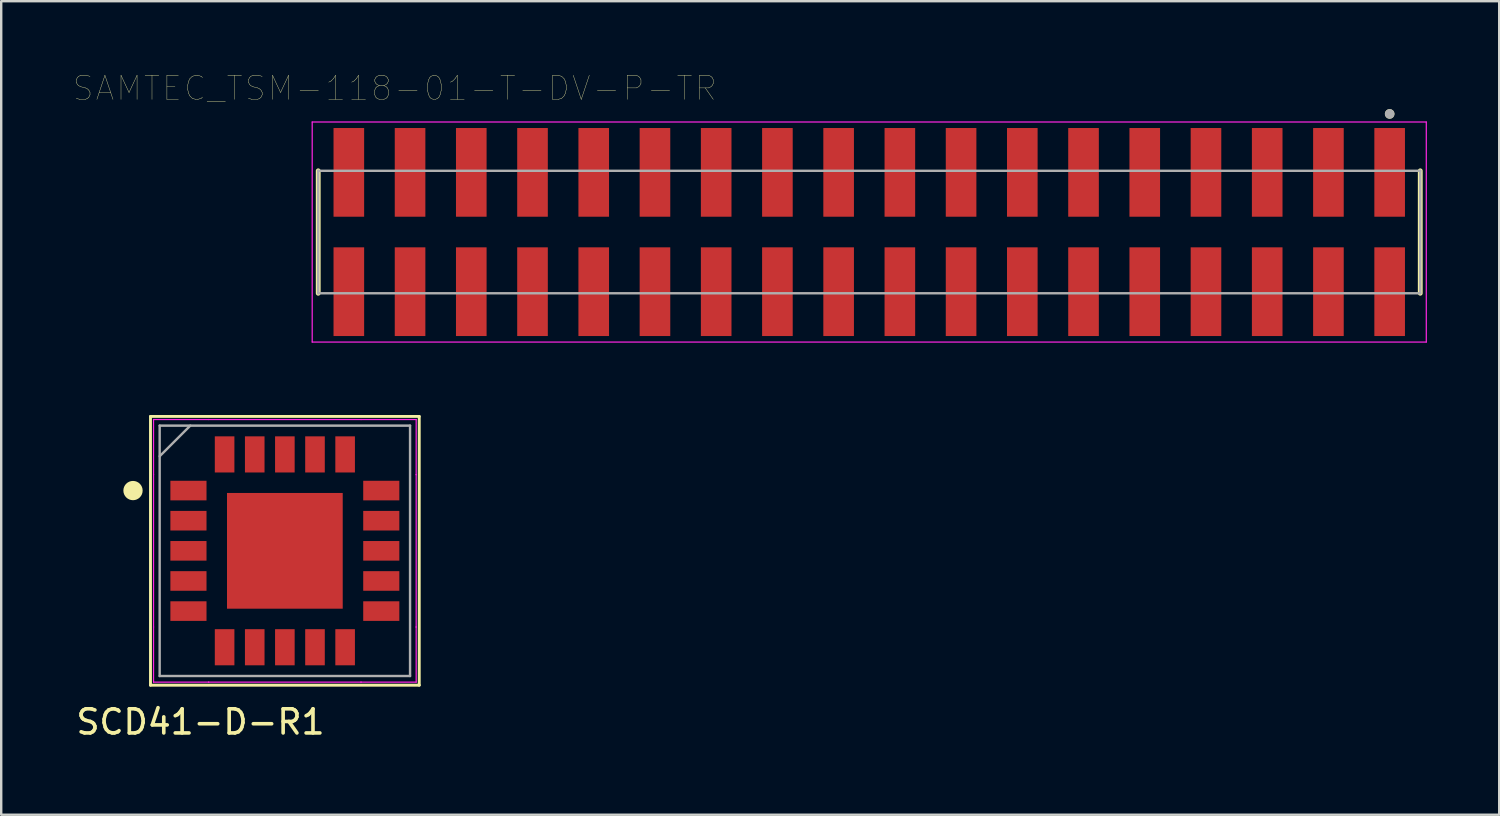
<source format=kicad_pcb>
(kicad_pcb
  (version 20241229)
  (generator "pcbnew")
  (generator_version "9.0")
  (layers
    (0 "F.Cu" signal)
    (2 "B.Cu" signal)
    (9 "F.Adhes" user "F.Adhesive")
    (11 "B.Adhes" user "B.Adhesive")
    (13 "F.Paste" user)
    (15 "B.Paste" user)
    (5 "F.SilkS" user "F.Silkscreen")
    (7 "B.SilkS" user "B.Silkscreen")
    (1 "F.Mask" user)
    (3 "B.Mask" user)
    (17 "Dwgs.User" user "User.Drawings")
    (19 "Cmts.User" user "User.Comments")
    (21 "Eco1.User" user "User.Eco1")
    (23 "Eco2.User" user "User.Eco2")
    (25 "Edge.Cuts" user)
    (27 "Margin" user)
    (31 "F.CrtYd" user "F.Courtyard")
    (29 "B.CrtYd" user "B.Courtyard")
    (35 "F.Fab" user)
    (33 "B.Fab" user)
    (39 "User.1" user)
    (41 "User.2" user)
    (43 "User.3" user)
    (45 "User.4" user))
  (footprint "SAMTEC_TSM-118-01-T-DV-P-TR"
    (layer "F.Cu")
    (at 33.012 6.576)
    (property "Reference" "SAMTEC_TSM-118-01-T-DV-P-TR" (at -19.685 -5.965 0) (layer "F.SilkS") (effects (font (size 1 1) (thickness 0.015))))
    (attr through_hole)
    (fp_line (start -22.86 2.54) (end -22.86 -2.54) (stroke (width 0.2) (type solid)) (layer "F.SilkS"))
    (fp_line (start 22.86 -2.54) (end 22.86 2.54) (stroke (width 0.2) (type solid)) (layer "F.SilkS"))
    (fp_circle (center 21.59 -4.9) (end 21.69 -4.9) (stroke (width 0.2) (type solid)) (fill no) (layer "F.SilkS"))
    (fp_line (start -23.11 -4.565) (end 23.11 -4.565) (stroke (width 0.05) (type solid)) (layer "F.CrtYd"))
    (fp_line (start -23.11 4.565) (end -23.11 -4.565) (stroke (width 0.05) (type solid)) (layer "F.CrtYd"))
    (fp_line (start 23.11 -4.565) (end 23.11 4.565) (stroke (width 0.05) (type solid)) (layer "F.CrtYd"))
    (fp_line (start 23.11 4.565) (end -23.11 4.565) (stroke (width 0.05) (type solid)) (layer "F.CrtYd"))
    (fp_line (start -22.86 -2.54) (end 22.86 -2.54) (stroke (width 0.1) (type solid)) (layer "F.Fab"))
    (fp_line (start -22.86 2.54) (end -22.86 -2.54) (stroke (width 0.1) (type solid)) (layer "F.Fab"))
    (fp_line (start 22.86 -2.54) (end 22.86 2.54) (stroke (width 0.1) (type solid)) (layer "F.Fab"))
    (fp_line (start 22.86 2.54) (end -22.86 2.54) (stroke (width 0.1) (type solid)) (layer "F.Fab"))
    (fp_circle (center 21.59 -4.9) (end 21.69 -4.9) (stroke (width 0.2) (type solid)) (fill no) (layer "F.Fab"))
    (pad "01" smd rect (at 21.59 -2.475) (size 1.27 3.68) (layers "F.Cu" "F.Mask" "F.Paste"))
    (pad "02" smd rect (at 21.59 2.475) (size 1.27 3.68) (layers "F.Cu" "F.Mask" "F.Paste"))
    (pad "03" smd rect (at 19.05 -2.475) (size 1.27 3.68) (layers "F.Cu" "F.Mask" "F.Paste"))
    (pad "04" smd rect (at 19.05 2.475) (size 1.27 3.68) (layers "F.Cu" "F.Mask" "F.Paste"))
    (pad "05" smd rect (at 16.51 -2.475) (size 1.27 3.68) (layers "F.Cu" "F.Mask" "F.Paste"))
    (pad "06" smd rect (at 16.51 2.475) (size 1.27 3.68) (layers "F.Cu" "F.Mask" "F.Paste"))
    (pad "07" smd rect (at 13.97 -2.475) (size 1.27 3.68) (layers "F.Cu" "F.Mask" "F.Paste"))
    (pad "08" smd rect (at 13.97 2.475) (size 1.27 3.68) (layers "F.Cu" "F.Mask" "F.Paste"))
    (pad "09" smd rect (at 11.43 -2.475) (size 1.27 3.68) (layers "F.Cu" "F.Mask" "F.Paste"))
    (pad "10" smd rect (at 11.43 2.475) (size 1.27 3.68) (layers "F.Cu" "F.Mask" "F.Paste"))
    (pad "11" smd rect (at 8.89 -2.475) (size 1.27 3.68) (layers "F.Cu" "F.Mask" "F.Paste"))
    (pad "12" smd rect (at 8.89 2.475) (size 1.27 3.68) (layers "F.Cu" "F.Mask" "F.Paste"))
    (pad "13" smd rect (at 6.35 -2.475) (size 1.27 3.68) (layers "F.Cu" "F.Mask" "F.Paste"))
    (pad "14" smd rect (at 6.35 2.475) (size 1.27 3.68) (layers "F.Cu" "F.Mask" "F.Paste"))
    (pad "15" smd rect (at 3.81 -2.475) (size 1.27 3.68) (layers "F.Cu" "F.Mask" "F.Paste"))
    (pad "16" smd rect (at 3.81 2.475) (size 1.27 3.68) (layers "F.Cu" "F.Mask" "F.Paste"))
    (pad "17" smd rect (at 1.27 -2.475) (size 1.27 3.68) (layers "F.Cu" "F.Mask" "F.Paste"))
    (pad "18" smd rect (at 1.27 2.475) (size 1.27 3.68) (layers "F.Cu" "F.Mask" "F.Paste"))
    (pad "19" smd rect (at -1.27 -2.475) (size 1.27 3.68) (layers "F.Cu" "F.Mask" "F.Paste"))
    (pad "20" smd rect (at -1.27 2.475) (size 1.27 3.68) (layers "F.Cu" "F.Mask" "F.Paste"))
    (pad "21" smd rect (at -3.81 -2.475) (size 1.27 3.68) (layers "F.Cu" "F.Mask" "F.Paste"))
    (pad "22" smd rect (at -3.81 2.475) (size 1.27 3.68) (layers "F.Cu" "F.Mask" "F.Paste"))
    (pad "23" smd rect (at -6.35 -2.475) (size 1.27 3.68) (layers "F.Cu" "F.Mask" "F.Paste"))
    (pad "24" smd rect (at -6.35 2.475) (size 1.27 3.68) (layers "F.Cu" "F.Mask" "F.Paste"))
    (pad "25" smd rect (at -8.89 -2.475) (size 1.27 3.68) (layers "F.Cu" "F.Mask" "F.Paste"))
    (pad "26" smd rect (at -8.89 2.475) (size 1.27 3.68) (layers "F.Cu" "F.Mask" "F.Paste"))
    (pad "27" smd rect (at -11.43 -2.475) (size 1.27 3.68) (layers "F.Cu" "F.Mask" "F.Paste"))
    (pad "28" smd rect (at -11.43 2.475) (size 1.27 3.68) (layers "F.Cu" "F.Mask" "F.Paste"))
    (pad "29" smd rect (at -13.97 -2.475) (size 1.27 3.68) (layers "F.Cu" "F.Mask" "F.Paste"))
    (pad "30" smd rect (at -13.97 2.475) (size 1.27 3.68) (layers "F.Cu" "F.Mask" "F.Paste"))
    (pad "31" smd rect (at -16.51 -2.475) (size 1.27 3.68) (layers "F.Cu" "F.Mask" "F.Paste"))
    (pad "32" smd rect (at -16.51 2.475) (size 1.27 3.68) (layers "F.Cu" "F.Mask" "F.Paste"))
    (pad "33" smd rect (at -19.05 -2.475) (size 1.27 3.68) (layers "F.Cu" "F.Mask" "F.Paste"))
    (pad "34" smd rect (at -19.05 2.475) (size 1.27 3.68) (layers "F.Cu" "F.Mask" "F.Paste"))
    (pad "35" smd rect (at -21.59 -2.475) (size 1.27 3.68) (layers "F.Cu" "F.Mask" "F.Paste"))
    (pad "36" smd rect (at -21.59 2.475) (size 1.27 3.68) (layers "F.Cu" "F.Mask" "F.Paste")))
  (footprint "SCD41-D-R1"
    (layer "F.Cu")
    (at 8.768 19.802)
    (property "Reference" "SCD41-D-R1" (at -3.5 7.1 0) (layer "F.SilkS") (effects (font (size 1 1) (thickness 0.15))))
    (attr smd)
    (fp_line (start -5.575 -5.575) (end -5.575 5.575) (stroke (width 0.12) (type solid)) (layer "F.SilkS"))
    (fp_line (start -5.575 5.575) (end 5.575 5.575) (stroke (width 0.12) (type solid)) (layer "F.SilkS"))
    (fp_line (start 5.575 -5.575) (end -5.575 -5.575) (stroke (width 0.12) (type solid)) (layer "F.SilkS"))
    (fp_line (start 5.575 5.575) (end 5.575 -5.575) (stroke (width 0.12) (type solid)) (layer "F.SilkS"))
    (fp_circle (center -6.3 -2.5) (end -6.1 -2.5) (stroke (width 0.4) (type solid)) (fill no) (layer "F.SilkS"))
    (fp_poly (pts (xy -2.3 -2.3) (xy -2.3 -0.9) (xy -0.9 -0.9) (xy -0.9 -2.3)) (stroke (width 0.1) (type solid)) (fill yes) (layer "F.Paste"))
    (fp_poly (pts (xy -2.3 -0.7) (xy -2.3 0.7) (xy -0.9 0.7) (xy -0.9 -0.7)) (stroke (width 0.1) (type solid)) (fill yes) (layer "F.Paste"))
    (fp_poly (pts (xy -2.3 0.9) (xy -2.3 2.3) (xy -0.9 2.3) (xy -0.9 0.9)) (stroke (width 0.1) (type solid)) (fill yes) (layer "F.Paste"))
    (fp_poly (pts (xy -0.7 -2.3) (xy -0.7 -0.9) (xy 0.7 -0.9) (xy 0.7 -2.3)) (stroke (width 0.1) (type solid)) (fill yes) (layer "F.Paste"))
    (fp_poly (pts (xy -0.7 -0.7) (xy -0.7 0.7) (xy 0.7 0.7) (xy 0.7 -0.7)) (stroke (width 0.1) (type solid)) (fill yes) (layer "F.Paste"))
    (fp_poly (pts (xy -0.7 0.9) (xy -0.7 2.3) (xy 0.7 2.3) (xy 0.7 0.9)) (stroke (width 0.1) (type solid)) (fill yes) (layer "F.Paste"))
    (fp_poly (pts (xy 0.9 -2.3) (xy 0.9 -0.9) (xy 2.3 -0.9) (xy 2.3 -2.3)) (stroke (width 0.1) (type solid)) (fill yes) (layer "F.Paste"))
    (fp_poly (pts (xy 0.9 -0.7) (xy 0.9 0.7) (xy 2.3 0.7) (xy 2.3 -0.7)) (stroke (width 0.1) (type solid)) (fill yes) (layer "F.Paste"))
    (fp_poly (pts (xy 0.9 0.9) (xy 0.9 2.3) (xy 2.3 2.3) (xy 2.3 0.9)) (stroke (width 0.1) (type solid)) (fill yes) (layer "F.Paste"))
    (fp_line (start -5.448 -5.448) (end -3.16 -5.448) (stroke (width 0.05) (type solid)) (layer "F.CrtYd"))
    (fp_line (start -5.448 -3.16) (end -5.448 -5.448) (stroke (width 0.05) (type solid)) (layer "F.CrtYd"))
    (fp_line (start -5.448 -3.16) (end -5.448 -3.16) (stroke (width 0.05) (type solid)) (layer "F.CrtYd"))
    (fp_line (start -5.448 3.16) (end -5.448 -3.16) (stroke (width 0.05) (type solid)) (layer "F.CrtYd"))
    (fp_line (start -5.448 3.16) (end -5.448 3.16) (stroke (width 0.05) (type solid)) (layer "F.CrtYd"))
    (fp_line (start -5.448 5.448) (end -5.448 3.16) (stroke (width 0.05) (type solid)) (layer "F.CrtYd"))
    (fp_line (start -3.16 -5.448) (end -3.16 -5.448) (stroke (width 0.05) (type solid)) (layer "F.CrtYd"))
    (fp_line (start -3.16 -5.448) (end 3.16 -5.448) (stroke (width 0.05) (type solid)) (layer "F.CrtYd"))
    (fp_line (start -3.16 5.448) (end -5.448 5.448) (stroke (width 0.05) (type solid)) (layer "F.CrtYd"))
    (fp_line (start -3.16 5.448) (end -3.16 5.448) (stroke (width 0.05) (type solid)) (layer "F.CrtYd"))
    (fp_line (start 3.16 -5.448) (end 3.16 -5.448) (stroke (width 0.05) (type solid)) (layer "F.CrtYd"))
    (fp_line (start 3.16 -5.448) (end 5.448 -5.448) (stroke (width 0.05) (type solid)) (layer "F.CrtYd"))
    (fp_line (start 3.16 5.448) (end -3.16 5.448) (stroke (width 0.05) (type solid)) (layer "F.CrtYd"))
    (fp_line (start 3.16 5.448) (end 3.16 5.448) (stroke (width 0.05) (type solid)) (layer "F.CrtYd"))
    (fp_line (start 5.448 -5.448) (end 5.448 -3.16) (stroke (width 0.05) (type solid)) (layer "F.CrtYd"))
    (fp_line (start 5.448 -3.16) (end 5.448 -3.16) (stroke (width 0.05) (type solid)) (layer "F.CrtYd"))
    (fp_line (start 5.448 -3.16) (end 5.448 3.16) (stroke (width 0.05) (type solid)) (layer "F.CrtYd"))
    (fp_line (start 5.448 3.16) (end 5.448 3.16) (stroke (width 0.05) (type solid)) (layer "F.CrtYd"))
    (fp_line (start 5.448 3.16) (end 5.448 5.448) (stroke (width 0.05) (type solid)) (layer "F.CrtYd"))
    (fp_line (start 5.448 5.448) (end 3.16 5.448) (stroke (width 0.05) (type solid)) (layer "F.CrtYd"))
    (fp_line (start -5.194 -5.194) (end -5.194 5.194) (stroke (width 0.1) (type solid)) (layer "F.Fab"))
    (fp_line (start -5.194 -3.924) (end -3.924 -5.194) (stroke (width 0.1) (type solid)) (layer "F.Fab"))
    (fp_line (start -5.194 5.194) (end 5.194 5.194) (stroke (width 0.1) (type solid)) (layer "F.Fab"))
    (fp_line (start 5.194 -5.194) (end -5.194 -5.194) (stroke (width 0.1) (type solid)) (layer "F.Fab"))
    (fp_line (start 5.194 5.194) (end 5.194 -5.194) (stroke (width 0.1) (type solid)) (layer "F.Fab"))
    (pad "1" smd rect (at -4 -2.5 90) (size 0.813 1.499) (layers "F.Cu" "F.Mask" "F.Paste"))
    (pad "2" smd rect (at -4 -1.25 90) (size 0.813 1.499) (layers "F.Cu" "F.Mask" "F.Paste"))
    (pad "3" smd rect (at -4 0 90) (size 0.813 1.499) (layers "F.Cu" "F.Mask" "F.Paste"))
    (pad "4" smd rect (at -4 1.25 90) (size 0.813 1.499) (layers "F.Cu" "F.Mask" "F.Paste"))
    (pad "5" smd rect (at -4 2.5 90) (size 0.813 1.499) (layers "F.Cu" "F.Mask" "F.Paste"))
    (pad "6" smd rect (at -2.5 4) (size 0.813 1.499) (layers "F.Cu" "F.Mask" "F.Paste"))
    (pad "7" smd rect (at -1.25 4) (size 0.813 1.499) (layers "F.Cu" "F.Mask" "F.Paste"))
    (pad "8" smd rect (at 0 4) (size 0.813 1.499) (layers "F.Cu" "F.Mask" "F.Paste"))
    (pad "9" smd rect (at 1.25 4) (size 0.813 1.499) (layers "F.Cu" "F.Mask" "F.Paste"))
    (pad "10" smd rect (at 2.5 4) (size 0.813 1.499) (layers "F.Cu" "F.Mask" "F.Paste"))
    (pad "11" smd rect (at 4 2.5 90) (size 0.813 1.499) (layers "F.Cu" "F.Mask" "F.Paste"))
    (pad "12" smd rect (at 4 1.25 90) (size 0.813 1.499) (layers "F.Cu" "F.Mask" "F.Paste"))
    (pad "13" smd rect (at 4 0 90) (size 0.813 1.499) (layers "F.Cu" "F.Mask" "F.Paste"))
    (pad "14" smd rect (at 4 -1.25 90) (size 0.813 1.499) (layers "F.Cu" "F.Mask" "F.Paste"))
    (pad "15" smd rect (at 4 -2.5 90) (size 0.813 1.499) (layers "F.Cu" "F.Mask" "F.Paste"))
    (pad "16" smd rect (at 2.5 -4) (size 0.813 1.499) (layers "F.Cu" "F.Mask" "F.Paste"))
    (pad "17" smd rect (at 1.25 -4) (size 0.813 1.499) (layers "F.Cu" "F.Mask" "F.Paste"))
    (pad "18" smd rect (at 0 -4) (size 0.813 1.499) (layers "F.Cu" "F.Mask" "F.Paste"))
    (pad "19" smd rect (at -1.25 -4) (size 0.813 1.499) (layers "F.Cu" "F.Mask" "F.Paste"))
    (pad "20" smd rect (at -2.5 -4) (size 0.813 1.499) (layers "F.Cu" "F.Mask" "F.Paste"))
    (pad "21" smd rect (at 0 0) (size 4.801 4.801) (layers "F.Cu" "F.Mask" "F.Paste")))
  (gr_rect
    (start -3 -3)
    (end 59.147 30.75)
    (stroke (width 0.1) (type default))
    (fill no)
    (layer "Edge.Cuts")))
</source>
